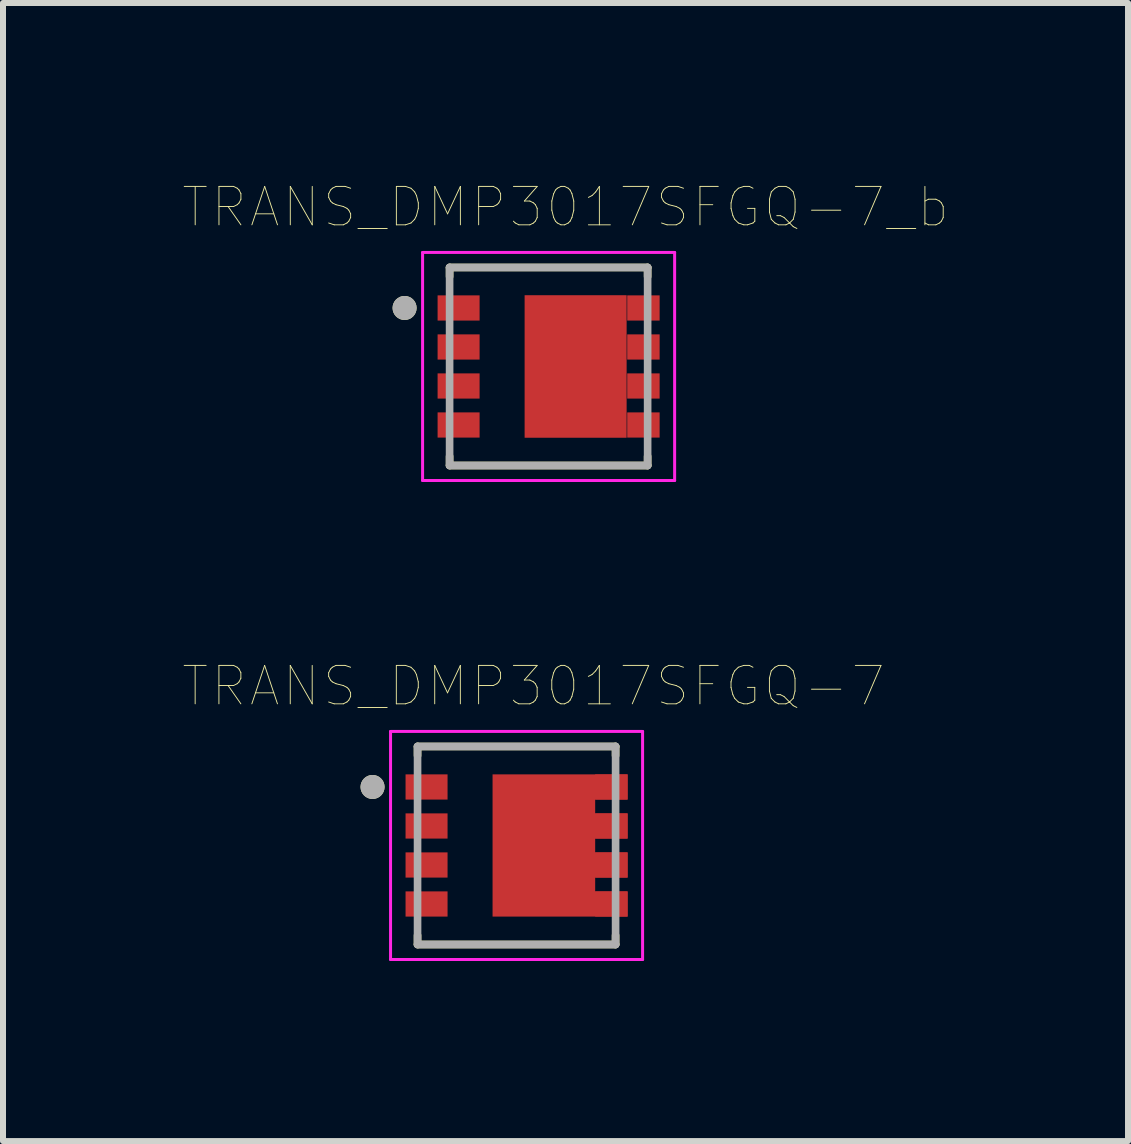
<source format=kicad_pcb>
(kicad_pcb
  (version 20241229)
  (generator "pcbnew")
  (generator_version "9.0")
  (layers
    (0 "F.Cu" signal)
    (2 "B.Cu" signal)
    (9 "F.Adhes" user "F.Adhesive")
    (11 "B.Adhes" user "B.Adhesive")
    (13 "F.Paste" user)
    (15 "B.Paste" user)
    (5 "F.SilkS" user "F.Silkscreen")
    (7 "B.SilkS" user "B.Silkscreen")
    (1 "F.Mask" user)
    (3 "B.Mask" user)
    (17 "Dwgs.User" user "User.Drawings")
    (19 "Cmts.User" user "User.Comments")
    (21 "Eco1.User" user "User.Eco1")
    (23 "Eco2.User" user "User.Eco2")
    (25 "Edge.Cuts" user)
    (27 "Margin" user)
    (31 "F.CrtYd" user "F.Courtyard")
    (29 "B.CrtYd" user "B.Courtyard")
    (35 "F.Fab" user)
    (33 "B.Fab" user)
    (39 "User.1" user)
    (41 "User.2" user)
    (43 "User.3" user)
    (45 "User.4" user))
  (footprint "TRANS_DMP3017SFGQ-7_b"
    (layer "F.Cu")
    (at 6.092 3.057)
    (property "Reference" "TRANS_DMP3017SFGQ-7_b" (at 0.282 -2.656 0) (layer "F.SilkS") (effects (font (size 0.64 0.64) (thickness 0.015))))
    (attr through_hole)
    (fp_poly (pts (xy -0.5 -1.285) (xy 1.41 -1.285) (xy 1.41 1.285) (xy -0.5 1.285)) (stroke (width 0.01) (type solid)) (fill yes) (layer "F.Mask"))
    (fp_line (start -1.65 -1.65) (end -1.65 -1.498) (stroke (width 0.127) (type solid)) (layer "F.SilkS"))
    (fp_line (start -1.65 1.65) (end -1.65 1.498) (stroke (width 0.127) (type solid)) (layer "F.SilkS"))
    (fp_line (start -1.65 1.65) (end 1.65 1.65) (stroke (width 0.127) (type solid)) (layer "F.SilkS"))
    (fp_line (start 1.65 -1.65) (end -1.65 -1.65) (stroke (width 0.127) (type solid)) (layer "F.SilkS"))
    (fp_line (start 1.65 -1.65) (end 1.65 -1.498) (stroke (width 0.127) (type solid)) (layer "F.SilkS"))
    (fp_line (start 1.65 1.65) (end 1.65 1.498) (stroke (width 0.127) (type solid)) (layer "F.SilkS"))
    (fp_circle (center -2.4 -0.975) (end -2.3 -0.975) (stroke (width 0.2) (type solid)) (fill no) (layer "F.SilkS"))
    (fp_poly (pts (xy -0.1 -0.9) (xy 1 -0.9) (xy 1 0.9) (xy -0.1 0.9)) (stroke (width 0.01) (type solid)) (fill yes) (layer "F.Paste"))
    (fp_line (start -2.1 -1.9) (end 2.1 -1.9) (stroke (width 0.05) (type solid)) (layer "F.CrtYd"))
    (fp_line (start -2.1 1.9) (end -2.1 -1.9) (stroke (width 0.05) (type solid)) (layer "F.CrtYd"))
    (fp_line (start 2.1 -1.9) (end 2.1 1.9) (stroke (width 0.05) (type solid)) (layer "F.CrtYd"))
    (fp_line (start 2.1 1.9) (end -2.1 1.9) (stroke (width 0.05) (type solid)) (layer "F.CrtYd"))
    (fp_line (start -1.65 -1.65) (end -1.65 1.65) (stroke (width 0.127) (type solid)) (layer "F.Fab"))
    (fp_line (start -1.65 1.65) (end 1.65 1.65) (stroke (width 0.127) (type solid)) (layer "F.Fab"))
    (fp_line (start 1.65 -1.65) (end -1.65 -1.65) (stroke (width 0.127) (type solid)) (layer "F.Fab"))
    (fp_line (start 1.65 1.65) (end 1.65 -1.65) (stroke (width 0.127) (type solid)) (layer "F.Fab"))
    (fp_circle (center -2.4 -0.975) (end -2.3 -0.975) (stroke (width 0.2) (type solid)) (fill no) (layer "F.Fab"))
    (pad "1" smd rect (at -1.5 -0.975) (size 0.7 0.42) (layers "F.Cu" "F.Mask" "F.Paste"))
    (pad "1" smd rect (at -1.5 -0.325) (size 0.7 0.42) (layers "F.Cu" "F.Mask" "F.Paste"))
    (pad "1" smd rect (at -1.5 0.325) (size 0.7 0.42) (layers "F.Cu" "F.Mask" "F.Paste"))
    (pad "2" smd rect (at -1.5 0.975) (size 0.7 0.42) (layers "F.Cu" "F.Mask" "F.Paste"))
    (pad "3" smd rect (at 0.45 0) (size 1.7 2.375) (layers "F.Cu" "F.Mask" "F.Paste"))
    (pad "3" smd rect (at 1.58 -0.975) (size 0.54 0.42) (layers "F.Cu" "F.Mask" "F.Paste"))
    (pad "3" smd rect (at 1.58 -0.325) (size 0.54 0.42) (layers "F.Cu" "F.Mask" "F.Paste"))
    (pad "3" smd rect (at 1.58 0.325) (size 0.54 0.42) (layers "F.Cu" "F.Mask" "F.Paste"))
    (pad "3" smd rect (at 1.58 0.975) (size 0.54 0.42) (layers "F.Cu" "F.Mask" "F.Paste")))
  (footprint "TRANS_DMP3017SFGQ-7"
    (layer "F.Cu")
    (at 5.558 11.039)
    (property "Reference" "TRANS_DMP3017SFGQ-7" (at 0.282 -2.656 0) (layer "F.SilkS") (effects (font (size 0.64 0.64) (thickness 0.015))))
    (attr through_hole)
    (fp_poly (pts (xy -0.4 -1.185) (xy 1.85 -1.185) (xy 1.85 -0.765) (xy 1.31 -0.765) (xy 1.31 -0.535) (xy 1.85 -0.535) (xy 1.85 -0.115) (xy 1.31 -0.115) (xy 1.31 0.115) (xy 1.85 0.115) (xy 1.85 0.535) (xy 1.31 0.535) (xy 1.31 0.765) (xy 1.85 0.765) (xy 1.85 1.185) (xy -0.4 1.185)) (stroke (width 0.0001) (type solid)) (fill yes) (layer "F.Cu"))
    (fp_poly (pts (xy -0.5 -1.285) (xy 1.41 -1.285) (xy 1.41 1.285) (xy -0.5 1.285)) (stroke (width 0.01) (type solid)) (fill yes) (layer "F.Mask"))
    (fp_line (start -1.65 -1.65) (end -1.65 -1.498) (stroke (width 0.127) (type solid)) (layer "F.SilkS"))
    (fp_line (start -1.65 1.65) (end -1.65 1.498) (stroke (width 0.127) (type solid)) (layer "F.SilkS"))
    (fp_line (start -1.65 1.65) (end 1.65 1.65) (stroke (width 0.127) (type solid)) (layer "F.SilkS"))
    (fp_line (start 1.65 -1.65) (end -1.65 -1.65) (stroke (width 0.127) (type solid)) (layer "F.SilkS"))
    (fp_line (start 1.65 -1.65) (end 1.65 -1.498) (stroke (width 0.127) (type solid)) (layer "F.SilkS"))
    (fp_line (start 1.65 1.65) (end 1.65 1.498) (stroke (width 0.127) (type solid)) (layer "F.SilkS"))
    (fp_circle (center -2.4 -0.975) (end -2.3 -0.975) (stroke (width 0.2) (type solid)) (fill no) (layer "F.SilkS"))
    (fp_poly (pts (xy -0.1 -0.9) (xy 1 -0.9) (xy 1 0.9) (xy -0.1 0.9)) (stroke (width 0.01) (type solid)) (fill yes) (layer "F.Paste"))
    (fp_line (start -2.1 -1.9) (end 2.1 -1.9) (stroke (width 0.05) (type solid)) (layer "F.CrtYd"))
    (fp_line (start -2.1 1.9) (end -2.1 -1.9) (stroke (width 0.05) (type solid)) (layer "F.CrtYd"))
    (fp_line (start 2.1 -1.9) (end 2.1 1.9) (stroke (width 0.05) (type solid)) (layer "F.CrtYd"))
    (fp_line (start 2.1 1.9) (end -2.1 1.9) (stroke (width 0.05) (type solid)) (layer "F.CrtYd"))
    (fp_line (start -1.65 -1.65) (end -1.65 1.65) (stroke (width 0.127) (type solid)) (layer "F.Fab"))
    (fp_line (start -1.65 1.65) (end 1.65 1.65) (stroke (width 0.127) (type solid)) (layer "F.Fab"))
    (fp_line (start 1.65 -1.65) (end -1.65 -1.65) (stroke (width 0.127) (type solid)) (layer "F.Fab"))
    (fp_line (start 1.65 1.65) (end 1.65 -1.65) (stroke (width 0.127) (type solid)) (layer "F.Fab"))
    (fp_circle (center -2.4 -0.975) (end -2.3 -0.975) (stroke (width 0.2) (type solid)) (fill no) (layer "F.Fab"))
    (pad "1" smd rect (at -1.5 -0.975) (size 0.7 0.42) (layers "F.Cu" "F.Mask" "F.Paste"))
    (pad "1" smd rect (at -1.5 -0.325) (size 0.7 0.42) (layers "F.Cu" "F.Mask" "F.Paste"))
    (pad "1" smd rect (at -1.5 0.325) (size 0.7 0.42) (layers "F.Cu" "F.Mask" "F.Paste"))
    (pad "2" smd rect (at -1.5 0.975) (size 0.7 0.42) (layers "F.Cu" "F.Mask" "F.Paste"))
    (pad "3" smd rect (at 1.58 -0.975) (size 0.54 0.42) (layers "F.Cu" "F.Mask" "F.Paste"))
    (pad "3" smd rect (at 1.58 -0.325) (size 0.54 0.42) (layers "F.Cu" "F.Mask" "F.Paste"))
    (pad "3" smd rect (at 1.58 0.325) (size 0.54 0.42) (layers "F.Cu" "F.Mask" "F.Paste"))
    (pad "3" smd rect (at 1.58 0.975) (size 0.54 0.42) (layers "F.Cu" "F.Mask" "F.Paste")))
  (gr_rect
    (start -3 -3)
    (end 15.747 15.964)
    (stroke (width 0.1) (type default))
    (fill no)
    (layer "Edge.Cuts")))
</source>
